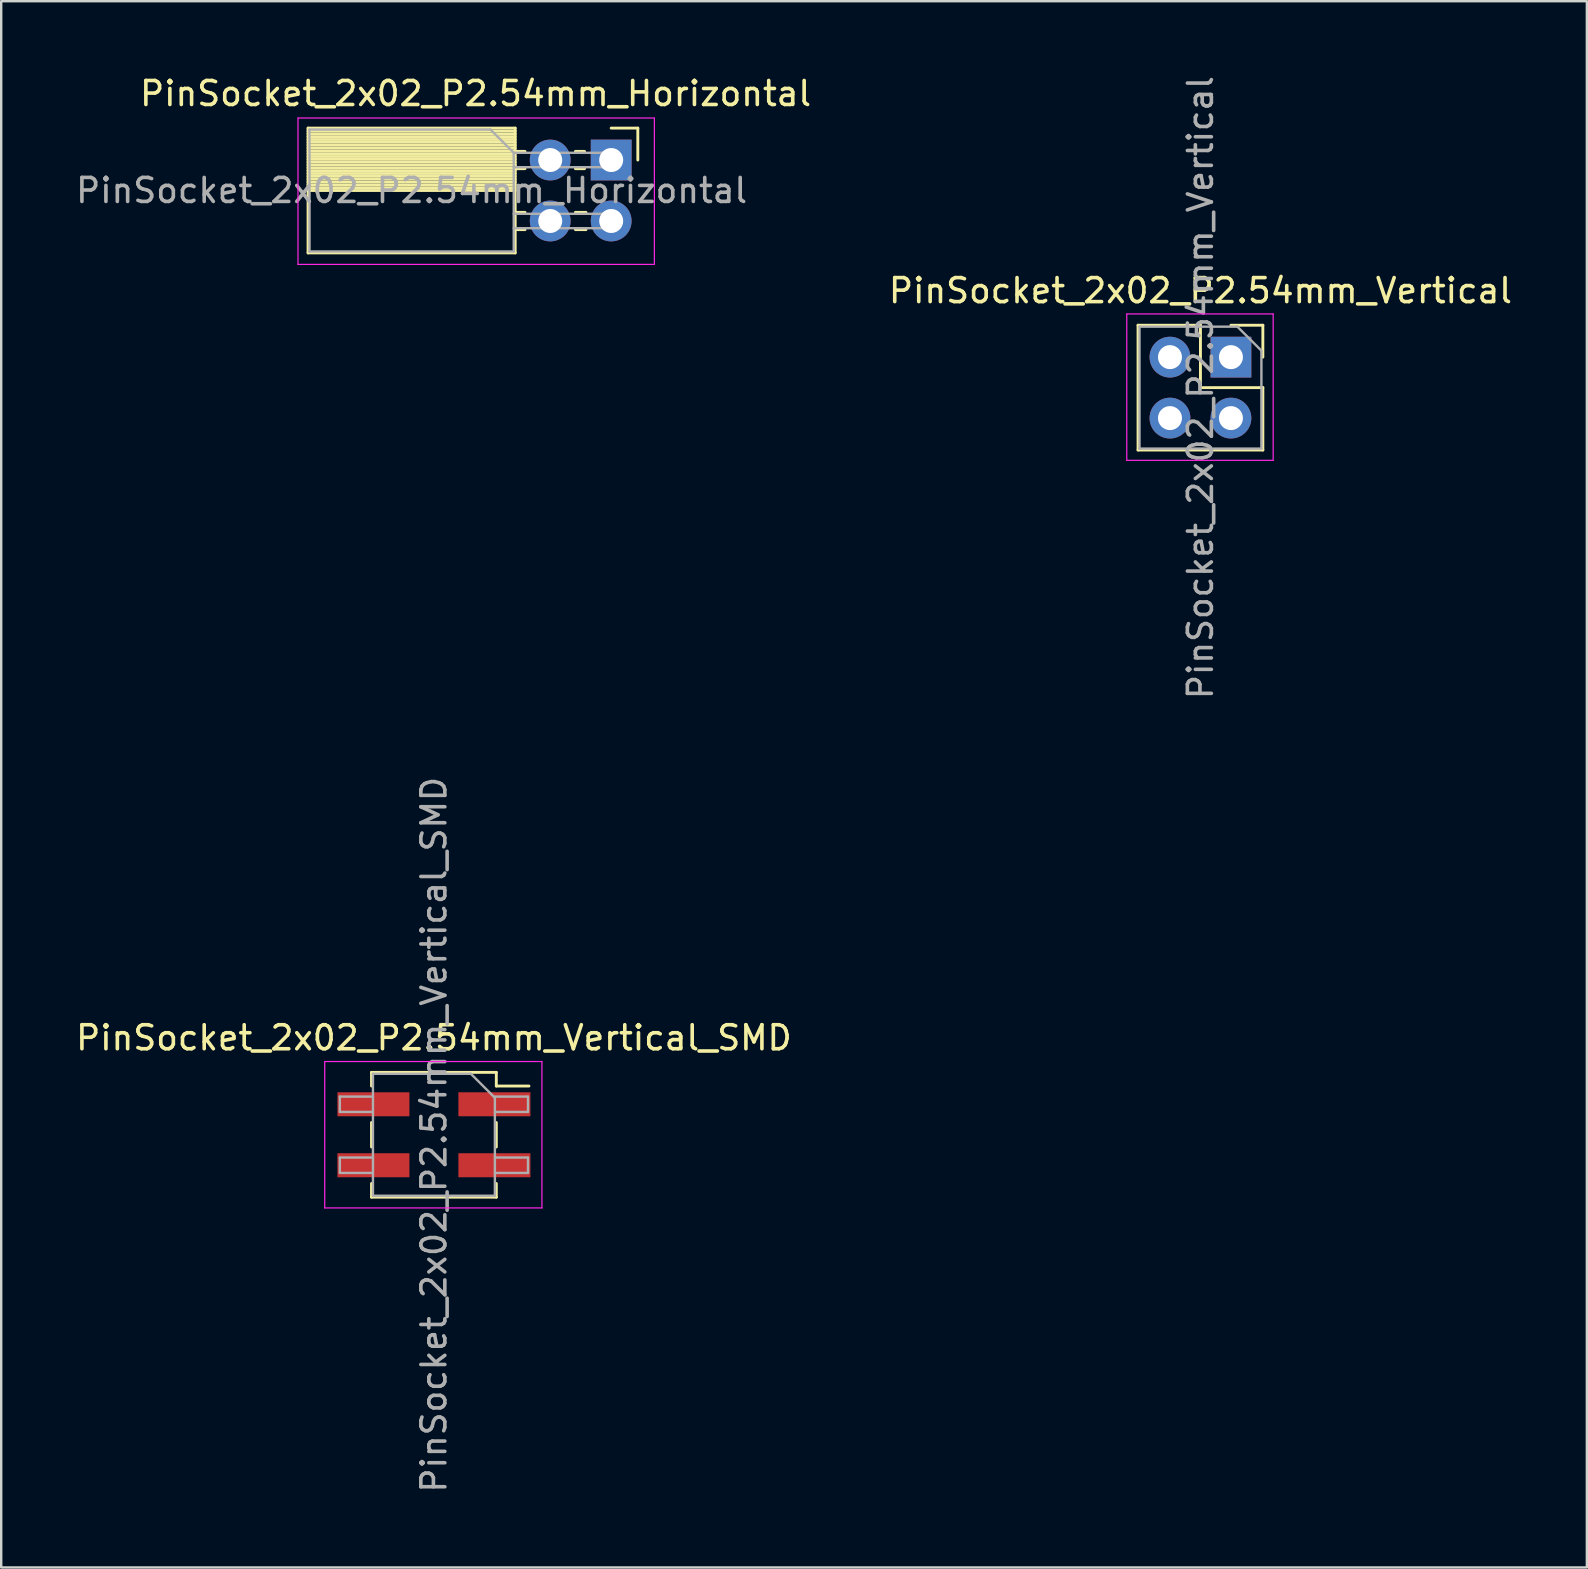
<source format=kicad_pcb>
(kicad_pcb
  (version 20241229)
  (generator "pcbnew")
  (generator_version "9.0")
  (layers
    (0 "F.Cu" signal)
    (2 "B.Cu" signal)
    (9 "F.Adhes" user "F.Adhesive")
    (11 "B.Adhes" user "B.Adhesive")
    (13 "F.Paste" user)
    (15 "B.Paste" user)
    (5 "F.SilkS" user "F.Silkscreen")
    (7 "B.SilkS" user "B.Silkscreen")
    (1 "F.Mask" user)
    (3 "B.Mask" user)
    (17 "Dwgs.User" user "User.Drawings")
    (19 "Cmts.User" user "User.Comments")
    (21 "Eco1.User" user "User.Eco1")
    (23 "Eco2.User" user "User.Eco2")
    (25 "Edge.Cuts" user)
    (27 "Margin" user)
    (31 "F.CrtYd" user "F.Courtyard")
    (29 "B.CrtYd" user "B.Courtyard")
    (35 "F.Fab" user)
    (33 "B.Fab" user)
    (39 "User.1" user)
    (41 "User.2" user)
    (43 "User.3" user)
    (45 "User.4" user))
  (footprint "PinSocket_2x02_P2.54mm_Vertical_SMD"
    (layer "F.Cu")
    (at 15.03 44.232)
    (property "Reference" "PinSocket_2x02_P2.54mm_Vertical_SMD" (at 0 -4.04 0) (layer "F.SilkS") (effects (font (size 1 1) (thickness 0.15))))
    (attr smd)
    (fp_line (start -2.6 -2.6) (end -2.6 -2.03) (stroke (width 0.12) (type solid)) (layer "F.SilkS"))
    (fp_line (start -2.6 -2.6) (end 2.6 -2.6) (stroke (width 0.12) (type solid)) (layer "F.SilkS"))
    (fp_line (start -2.6 -0.51) (end -2.6 0.51) (stroke (width 0.12) (type solid)) (layer "F.SilkS"))
    (fp_line (start -2.6 2.03) (end -2.6 2.6) (stroke (width 0.12) (type solid)) (layer "F.SilkS"))
    (fp_line (start -2.6 2.6) (end 2.6 2.6) (stroke (width 0.12) (type solid)) (layer "F.SilkS"))
    (fp_line (start 2.6 -2.6) (end 2.6 -2.03) (stroke (width 0.12) (type solid)) (layer "F.SilkS"))
    (fp_line (start 2.6 -2.03) (end 3.96 -2.03) (stroke (width 0.12) (type solid)) (layer "F.SilkS"))
    (fp_line (start 2.6 -0.51) (end 2.6 0.51) (stroke (width 0.12) (type solid)) (layer "F.SilkS"))
    (fp_line (start 2.6 2.03) (end 2.6 2.6) (stroke (width 0.12) (type solid)) (layer "F.SilkS"))
    (fp_line (start -4.55 -3.05) (end 4.5 -3.05) (stroke (width 0.05) (type solid)) (layer "F.CrtYd"))
    (fp_line (start -4.55 3.05) (end -4.55 -3.05) (stroke (width 0.05) (type solid)) (layer "F.CrtYd"))
    (fp_line (start 4.5 -3.05) (end 4.5 3.05) (stroke (width 0.05) (type solid)) (layer "F.CrtYd"))
    (fp_line (start 4.5 3.05) (end -4.55 3.05) (stroke (width 0.05) (type solid)) (layer "F.CrtYd"))
    (fp_line (start -3.92 -1.59) (end -2.54 -1.59) (stroke (width 0.1) (type solid)) (layer "F.Fab"))
    (fp_line (start -3.92 -0.95) (end -3.92 -1.59) (stroke (width 0.1) (type solid)) (layer "F.Fab"))
    (fp_line (start -3.92 0.95) (end -2.54 0.95) (stroke (width 0.1) (type solid)) (layer "F.Fab"))
    (fp_line (start -3.92 1.59) (end -3.92 0.95) (stroke (width 0.1) (type solid)) (layer "F.Fab"))
    (fp_line (start -2.54 -2.54) (end 1.54 -2.54) (stroke (width 0.1) (type solid)) (layer "F.Fab"))
    (fp_line (start -2.54 -0.95) (end -3.92 -0.95) (stroke (width 0.1) (type solid)) (layer "F.Fab"))
    (fp_line (start -2.54 1.59) (end -3.92 1.59) (stroke (width 0.1) (type solid)) (layer "F.Fab"))
    (fp_line (start -2.54 2.54) (end -2.54 -2.54) (stroke (width 0.1) (type solid)) (layer "F.Fab"))
    (fp_line (start 1.54 -2.54) (end 2.54 -1.54) (stroke (width 0.1) (type solid)) (layer "F.Fab"))
    (fp_line (start 2.54 -1.59) (end 3.92 -1.59) (stroke (width 0.1) (type solid)) (layer "F.Fab"))
    (fp_line (start 2.54 -1.54) (end 2.54 2.54) (stroke (width 0.1) (type solid)) (layer "F.Fab"))
    (fp_line (start 2.54 0.95) (end 3.92 0.95) (stroke (width 0.1) (type solid)) (layer "F.Fab"))
    (fp_line (start 2.54 2.54) (end -2.54 2.54) (stroke (width 0.1) (type solid)) (layer "F.Fab"))
    (fp_line (start 3.92 -1.59) (end 3.92 -0.95) (stroke (width 0.1) (type solid)) (layer "F.Fab"))
    (fp_line (start 3.92 -0.95) (end 2.54 -0.95) (stroke (width 0.1) (type solid)) (layer "F.Fab"))
    (fp_line (start 3.92 0.95) (end 3.92 1.59) (stroke (width 0.1) (type solid)) (layer "F.Fab"))
    (fp_line (start 3.92 1.59) (end 2.54 1.59) (stroke (width 0.1) (type solid)) (layer "F.Fab"))
    (fp_text user "${REFERENCE}" (at 0 0 90) (layer "F.Fab") (effects (font (size 1 1) (thickness 0.15))))
    (pad "1" smd rect (at 2.52 -1.27) (size 3 1) (layers "F.Cu" "F.Mask" "F.Paste"))
    (pad "2" smd rect (at -2.52 -1.27) (size 3 1) (layers "F.Cu" "F.Mask" "F.Paste"))
    (pad "3" smd rect (at 2.52 1.27) (size 3 1) (layers "F.Cu" "F.Mask" "F.Paste"))
    (pad "4" smd rect (at -2.52 1.27) (size 3 1) (layers "F.Cu" "F.Mask" "F.Paste")))
  (footprint "PinSocket_2x02_P2.54mm_Horizontal"
    (layer "F.Cu")
    (at 22.416 3.618)
    (property "Reference" "PinSocket_2x02_P2.54mm_Horizontal" (at -5.65 -2.77 0) (layer "F.SilkS") (effects (font (size 1 1) (thickness 0.15))))
    (attr through_hole)
    (fp_line (start -12.63 -1.33) (end -12.63 3.87) (stroke (width 0.12) (type solid)) (layer "F.SilkS"))
    (fp_line (start -12.63 -1.33) (end -4 -1.33) (stroke (width 0.12) (type solid)) (layer "F.SilkS"))
    (fp_line (start -12.63 -1.21) (end -4 -1.21) (stroke (width 0.12) (type solid)) (layer "F.SilkS"))
    (fp_line (start -12.63 -1.092) (end -4 -1.092) (stroke (width 0.12) (type solid)) (layer "F.SilkS"))
    (fp_line (start -12.63 -0.974) (end -4 -0.974) (stroke (width 0.12) (type solid)) (layer "F.SilkS"))
    (fp_line (start -12.63 -0.856) (end -4 -0.856) (stroke (width 0.12) (type solid)) (layer "F.SilkS"))
    (fp_line (start -12.63 -0.738) (end -4 -0.738) (stroke (width 0.12) (type solid)) (layer "F.SilkS"))
    (fp_line (start -12.63 -0.62) (end -4 -0.62) (stroke (width 0.12) (type solid)) (layer "F.SilkS"))
    (fp_line (start -12.63 -0.501) (end -4 -0.501) (stroke (width 0.12) (type solid)) (layer "F.SilkS"))
    (fp_line (start -12.63 -0.383) (end -4 -0.383) (stroke (width 0.12) (type solid)) (layer "F.SilkS"))
    (fp_line (start -12.63 -0.265) (end -4 -0.265) (stroke (width 0.12) (type solid)) (layer "F.SilkS"))
    (fp_line (start -12.63 -0.147) (end -4 -0.147) (stroke (width 0.12) (type solid)) (layer "F.SilkS"))
    (fp_line (start -12.63 -0.029) (end -4 -0.029) (stroke (width 0.12) (type solid)) (layer "F.SilkS"))
    (fp_line (start -12.63 0.089) (end -4 0.089) (stroke (width 0.12) (type solid)) (layer "F.SilkS"))
    (fp_line (start -12.63 0.207) (end -4 0.207) (stroke (width 0.12) (type solid)) (layer "F.SilkS"))
    (fp_line (start -12.63 0.325) (end -4 0.325) (stroke (width 0.12) (type solid)) (layer "F.SilkS"))
    (fp_line (start -12.63 0.443) (end -4 0.443) (stroke (width 0.12) (type solid)) (layer "F.SilkS"))
    (fp_line (start -12.63 0.561) (end -4 0.561) (stroke (width 0.12) (type solid)) (layer "F.SilkS"))
    (fp_line (start -12.63 0.68) (end -4 0.68) (stroke (width 0.12) (type solid)) (layer "F.SilkS"))
    (fp_line (start -12.63 0.798) (end -4 0.798) (stroke (width 0.12) (type solid)) (layer "F.SilkS"))
    (fp_line (start -12.63 0.916) (end -4 0.916) (stroke (width 0.12) (type solid)) (layer "F.SilkS"))
    (fp_line (start -12.63 1.034) (end -4 1.034) (stroke (width 0.12) (type solid)) (layer "F.SilkS"))
    (fp_line (start -12.63 1.152) (end -4 1.152) (stroke (width 0.12) (type solid)) (layer "F.SilkS"))
    (fp_line (start -12.63 1.27) (end -4 1.27) (stroke (width 0.12) (type solid)) (layer "F.SilkS"))
    (fp_line (start -12.63 3.87) (end -4 3.87) (stroke (width 0.12) (type solid)) (layer "F.SilkS"))
    (fp_line (start -4 -1.33) (end -4 3.87) (stroke (width 0.12) (type solid)) (layer "F.SilkS"))
    (fp_line (start -4 -0.36) (end -3.59 -0.36) (stroke (width 0.12) (type solid)) (layer "F.SilkS"))
    (fp_line (start -4 0.36) (end -3.59 0.36) (stroke (width 0.12) (type solid)) (layer "F.SilkS"))
    (fp_line (start -4 2.18) (end -3.59 2.18) (stroke (width 0.12) (type solid)) (layer "F.SilkS"))
    (fp_line (start -4 2.9) (end -3.59 2.9) (stroke (width 0.12) (type solid)) (layer "F.SilkS"))
    (fp_line (start -1.49 -0.36) (end -1.11 -0.36) (stroke (width 0.12) (type solid)) (layer "F.SilkS"))
    (fp_line (start -1.49 0.36) (end -1.11 0.36) (stroke (width 0.12) (type solid)) (layer "F.SilkS"))
    (fp_line (start -1.49 2.18) (end -1.05 2.18) (stroke (width 0.12) (type solid)) (layer "F.SilkS"))
    (fp_line (start -1.49 2.9) (end -1.05 2.9) (stroke (width 0.12) (type solid)) (layer "F.SilkS"))
    (fp_line (start 0 -1.33) (end 1.11 -1.33) (stroke (width 0.12) (type solid)) (layer "F.SilkS"))
    (fp_line (start 1.11 -1.33) (end 1.11 0) (stroke (width 0.12) (type solid)) (layer "F.SilkS"))
    (fp_line (start -13.05 -1.75) (end -13.05 4.35) (stroke (width 0.05) (type solid)) (layer "F.CrtYd"))
    (fp_line (start -13.05 4.35) (end 1.8 4.35) (stroke (width 0.05) (type solid)) (layer "F.CrtYd"))
    (fp_line (start 1.8 -1.75) (end -13.05 -1.75) (stroke (width 0.05) (type solid)) (layer "F.CrtYd"))
    (fp_line (start 1.8 4.35) (end 1.8 -1.75) (stroke (width 0.05) (type solid)) (layer "F.CrtYd"))
    (fp_line (start -12.57 -1.27) (end -5.03 -1.27) (stroke (width 0.1) (type solid)) (layer "F.Fab"))
    (fp_line (start -12.57 3.81) (end -12.57 -1.27) (stroke (width 0.1) (type solid)) (layer "F.Fab"))
    (fp_line (start -5.03 -1.27) (end -4.06 -0.3) (stroke (width 0.1) (type solid)) (layer "F.Fab"))
    (fp_line (start -4.06 -0.3) (end -4.06 3.81) (stroke (width 0.1) (type solid)) (layer "F.Fab"))
    (fp_line (start -4.06 0.3) (end 0 0.3) (stroke (width 0.1) (type solid)) (layer "F.Fab"))
    (fp_line (start -4.06 2.84) (end 0 2.84) (stroke (width 0.1) (type solid)) (layer "F.Fab"))
    (fp_line (start -4.06 3.81) (end -12.57 3.81) (stroke (width 0.1) (type solid)) (layer "F.Fab"))
    (fp_line (start 0 -0.3) (end -4.06 -0.3) (stroke (width 0.1) (type solid)) (layer "F.Fab"))
    (fp_line (start 0 0.3) (end 0 -0.3) (stroke (width 0.1) (type solid)) (layer "F.Fab"))
    (fp_line (start 0 2.24) (end -4.06 2.24) (stroke (width 0.1) (type solid)) (layer "F.Fab"))
    (fp_line (start 0 2.84) (end 0 2.24) (stroke (width 0.1) (type solid)) (layer "F.Fab"))
    (fp_text user "${REFERENCE}" (at -8.315 1.27 0) (layer "F.Fab") (effects (font (size 1 1) (thickness 0.15))))
    (pad "1" thru_hole rect (at 0 0) (size 1.7 1.7) (drill 1) (layers "*.Cu" "*.Mask"))
    (pad "2" thru_hole oval (at -2.54 0) (size 1.7 1.7) (drill 1) (layers "*.Cu" "*.Mask"))
    (pad "3" thru_hole oval (at 0 2.54) (size 1.7 1.7) (drill 1) (layers "*.Cu" "*.Mask"))
    (pad "4" thru_hole oval (at -2.54 2.54) (size 1.7 1.7) (drill 1) (layers "*.Cu" "*.Mask")))
  (footprint "PinSocket_2x02_P2.54mm_Vertical"
    (layer "F.Cu")
    (at 48.239 11.831)
    (property "Reference" "PinSocket_2x02_P2.54mm_Vertical" (at -1.27 -2.77 0) (layer "F.SilkS") (effects (font (size 1 1) (thickness 0.15))))
    (attr through_hole)
    (fp_line (start -3.87 -1.33) (end -3.87 3.87) (stroke (width 0.12) (type solid)) (layer "F.SilkS"))
    (fp_line (start -3.87 -1.33) (end -1.27 -1.33) (stroke (width 0.12) (type solid)) (layer "F.SilkS"))
    (fp_line (start -3.87 3.87) (end 1.33 3.87) (stroke (width 0.12) (type solid)) (layer "F.SilkS"))
    (fp_line (start -1.27 -1.33) (end -1.27 1.27) (stroke (width 0.12) (type solid)) (layer "F.SilkS"))
    (fp_line (start -1.27 1.27) (end 1.33 1.27) (stroke (width 0.12) (type solid)) (layer "F.SilkS"))
    (fp_line (start 0 -1.33) (end 1.33 -1.33) (stroke (width 0.12) (type solid)) (layer "F.SilkS"))
    (fp_line (start 1.33 -1.33) (end 1.33 0) (stroke (width 0.12) (type solid)) (layer "F.SilkS"))
    (fp_line (start 1.33 1.27) (end 1.33 3.87) (stroke (width 0.12) (type solid)) (layer "F.SilkS"))
    (fp_line (start -4.34 -1.8) (end 1.76 -1.8) (stroke (width 0.05) (type solid)) (layer "F.CrtYd"))
    (fp_line (start -4.34 4.3) (end -4.34 -1.8) (stroke (width 0.05) (type solid)) (layer "F.CrtYd"))
    (fp_line (start 1.76 -1.8) (end 1.76 4.3) (stroke (width 0.05) (type solid)) (layer "F.CrtYd"))
    (fp_line (start 1.76 4.3) (end -4.34 4.3) (stroke (width 0.05) (type solid)) (layer "F.CrtYd"))
    (fp_line (start -3.81 -1.27) (end 0.27 -1.27) (stroke (width 0.1) (type solid)) (layer "F.Fab"))
    (fp_line (start -3.81 3.81) (end -3.81 -1.27) (stroke (width 0.1) (type solid)) (layer "F.Fab"))
    (fp_line (start 0.27 -1.27) (end 1.27 -0.27) (stroke (width 0.1) (type solid)) (layer "F.Fab"))
    (fp_line (start 1.27 -0.27) (end 1.27 3.81) (stroke (width 0.1) (type solid)) (layer "F.Fab"))
    (fp_line (start 1.27 3.81) (end -3.81 3.81) (stroke (width 0.1) (type solid)) (layer "F.Fab"))
    (fp_text user "${REFERENCE}" (at -1.27 1.27 90) (layer "F.Fab") (effects (font (size 1 1) (thickness 0.15))))
    (pad "1" thru_hole rect (at 0 0) (size 1.7 1.7) (drill 1) (layers "*.Cu" "*.Mask"))
    (pad "2" thru_hole oval (at -2.54 0) (size 1.7 1.7) (drill 1) (layers "*.Cu" "*.Mask"))
    (pad "3" thru_hole oval (at 0 2.54) (size 1.7 1.7) (drill 1) (layers "*.Cu" "*.Mask"))
    (pad "4" thru_hole oval (at -2.54 2.54) (size 1.7 1.7) (drill 1) (layers "*.Cu" "*.Mask")))
  (gr_rect
    (start -3 -3)
    (end 63.07 62.262)
    (stroke (width 0.1) (type default))
    (fill no)
    (layer "Edge.Cuts")))
</source>
